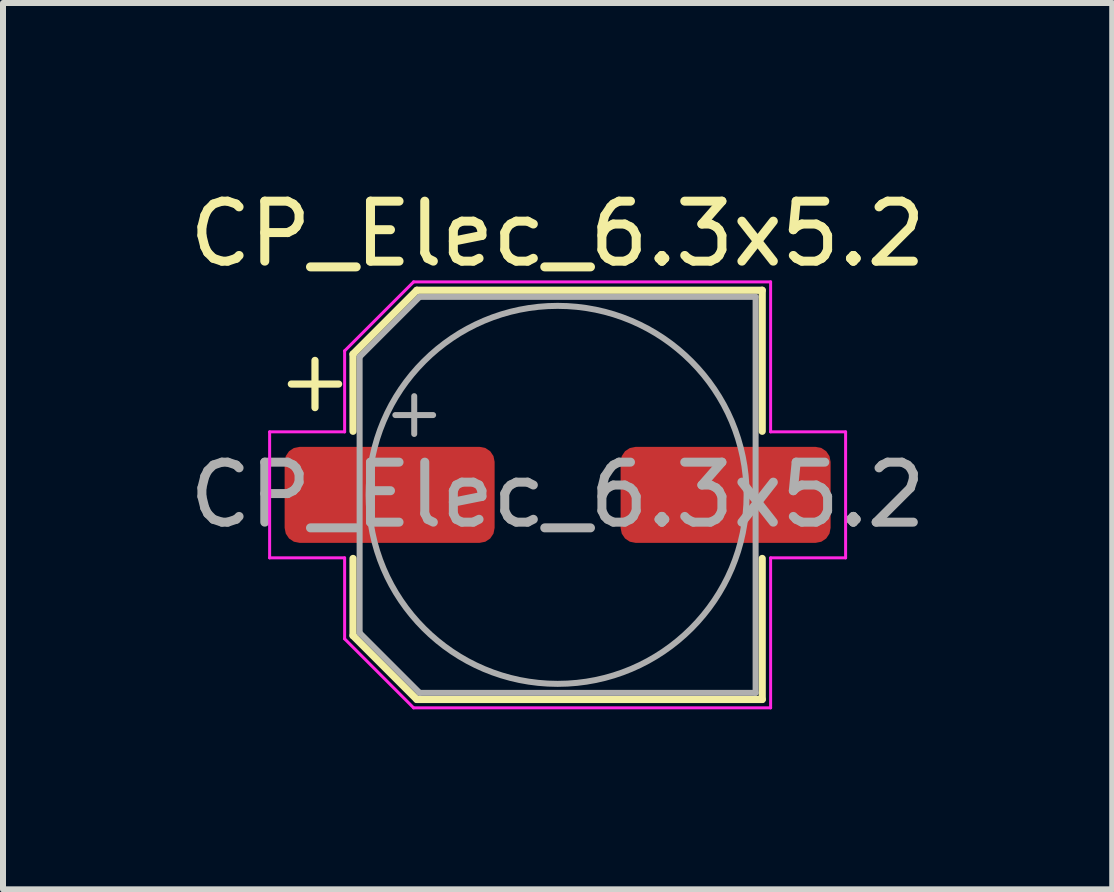
<source format=kicad_pcb>
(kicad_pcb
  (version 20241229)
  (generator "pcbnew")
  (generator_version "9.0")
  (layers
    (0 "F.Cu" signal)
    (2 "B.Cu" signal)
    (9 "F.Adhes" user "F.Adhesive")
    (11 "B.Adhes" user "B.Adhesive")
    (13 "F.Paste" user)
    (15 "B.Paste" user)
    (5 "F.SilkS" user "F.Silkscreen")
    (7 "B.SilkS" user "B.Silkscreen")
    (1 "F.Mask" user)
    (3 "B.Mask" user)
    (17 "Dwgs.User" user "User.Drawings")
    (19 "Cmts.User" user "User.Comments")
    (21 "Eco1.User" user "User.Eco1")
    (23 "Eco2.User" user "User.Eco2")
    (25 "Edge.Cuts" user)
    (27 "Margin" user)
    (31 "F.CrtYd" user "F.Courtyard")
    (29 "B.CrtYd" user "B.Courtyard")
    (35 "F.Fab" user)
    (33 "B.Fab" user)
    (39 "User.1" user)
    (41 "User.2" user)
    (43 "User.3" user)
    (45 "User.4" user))
  (footprint "CP_Elec_6.3x5.2"
    (layer "F.Cu")
    (at 6.244 5.198)
    (property "Reference" "CP_Elec_6.3x5.2" (at 0 -4.35 0) (layer "F.SilkS") (effects (font (size 1 1) (thickness 0.15))))
    (attr smd)
    (fp_line (start -4.438 -1.847) (end -3.65 -1.847) (stroke (width 0.12) (type solid)) (layer "F.SilkS"))
    (fp_line (start -4.044 -2.241) (end -4.044 -1.454) (stroke (width 0.12) (type solid)) (layer "F.SilkS"))
    (fp_line (start -3.41 -2.346) (end -3.41 -1.06) (stroke (width 0.12) (type solid)) (layer "F.SilkS"))
    (fp_line (start -3.41 -2.346) (end -2.346 -3.41) (stroke (width 0.12) (type solid)) (layer "F.SilkS"))
    (fp_line (start -3.41 2.346) (end -3.41 1.06) (stroke (width 0.12) (type solid)) (layer "F.SilkS"))
    (fp_line (start -3.41 2.346) (end -2.346 3.41) (stroke (width 0.12) (type solid)) (layer "F.SilkS"))
    (fp_line (start -2.346 -3.41) (end 3.41 -3.41) (stroke (width 0.12) (type solid)) (layer "F.SilkS"))
    (fp_line (start -2.346 3.41) (end 3.41 3.41) (stroke (width 0.12) (type solid)) (layer "F.SilkS"))
    (fp_line (start 3.41 -3.41) (end 3.41 -1.06) (stroke (width 0.12) (type solid)) (layer "F.SilkS"))
    (fp_line (start 3.41 3.41) (end 3.41 1.06) (stroke (width 0.12) (type solid)) (layer "F.SilkS"))
    (fp_line (start -4.8 -1.05) (end -4.8 1.05) (stroke (width 0.05) (type solid)) (layer "F.CrtYd"))
    (fp_line (start -4.8 1.05) (end -3.55 1.05) (stroke (width 0.05) (type solid)) (layer "F.CrtYd"))
    (fp_line (start -3.55 -2.4) (end -3.55 -1.05) (stroke (width 0.05) (type solid)) (layer "F.CrtYd"))
    (fp_line (start -3.55 -2.4) (end -2.4 -3.55) (stroke (width 0.05) (type solid)) (layer "F.CrtYd"))
    (fp_line (start -3.55 -1.05) (end -4.8 -1.05) (stroke (width 0.05) (type solid)) (layer "F.CrtYd"))
    (fp_line (start -3.55 1.05) (end -3.55 2.4) (stroke (width 0.05) (type solid)) (layer "F.CrtYd"))
    (fp_line (start -3.55 2.4) (end -2.4 3.55) (stroke (width 0.05) (type solid)) (layer "F.CrtYd"))
    (fp_line (start -2.4 -3.55) (end 3.55 -3.55) (stroke (width 0.05) (type solid)) (layer "F.CrtYd"))
    (fp_line (start -2.4 3.55) (end 3.55 3.55) (stroke (width 0.05) (type solid)) (layer "F.CrtYd"))
    (fp_line (start 3.55 -3.55) (end 3.55 -1.05) (stroke (width 0.05) (type solid)) (layer "F.CrtYd"))
    (fp_line (start 3.55 -1.05) (end 4.8 -1.05) (stroke (width 0.05) (type solid)) (layer "F.CrtYd"))
    (fp_line (start 3.55 1.05) (end 3.55 3.55) (stroke (width 0.05) (type solid)) (layer "F.CrtYd"))
    (fp_line (start 4.8 -1.05) (end 4.8 1.05) (stroke (width 0.05) (type solid)) (layer "F.CrtYd"))
    (fp_line (start 4.8 1.05) (end 3.55 1.05) (stroke (width 0.05) (type solid)) (layer "F.CrtYd"))
    (fp_line (start -3.3 -2.3) (end -3.3 2.3) (stroke (width 0.1) (type solid)) (layer "F.Fab"))
    (fp_line (start -3.3 -2.3) (end -2.3 -3.3) (stroke (width 0.1) (type solid)) (layer "F.Fab"))
    (fp_line (start -3.3 2.3) (end -2.3 3.3) (stroke (width 0.1) (type solid)) (layer "F.Fab"))
    (fp_line (start -2.705 -1.33) (end -2.075 -1.33) (stroke (width 0.1) (type solid)) (layer "F.Fab"))
    (fp_line (start -2.39 -1.645) (end -2.39 -1.015) (stroke (width 0.1) (type solid)) (layer "F.Fab"))
    (fp_line (start -2.3 -3.3) (end 3.3 -3.3) (stroke (width 0.1) (type solid)) (layer "F.Fab"))
    (fp_line (start -2.3 3.3) (end 3.3 3.3) (stroke (width 0.1) (type solid)) (layer "F.Fab"))
    (fp_line (start 3.3 -3.3) (end 3.3 3.3) (stroke (width 0.1) (type solid)) (layer "F.Fab"))
    (fp_circle (center 0 0) (end 3.15 0) (stroke (width 0.1) (type solid)) (fill no) (layer "F.Fab"))
    (fp_text user "${REFERENCE}" (at 0 0 0) (layer "F.Fab") (effects (font (size 1 1) (thickness 0.15))))
    (pad "1" smd roundrect (at -2.8 0) (size 3.5 1.6) (layers "F.Cu" "F.Mask" "F.Paste") (roundrect_rratio 0.156))
    (pad "2" smd roundrect (at 2.8 0) (size 3.5 1.6) (layers "F.Cu" "F.Mask" "F.Paste") (roundrect_rratio 0.156)))
  (gr_rect
    (start -3 -3)
    (end 15.488 11.773)
    (stroke (width 0.1) (type default))
    (fill no)
    (layer "Edge.Cuts")))
</source>
